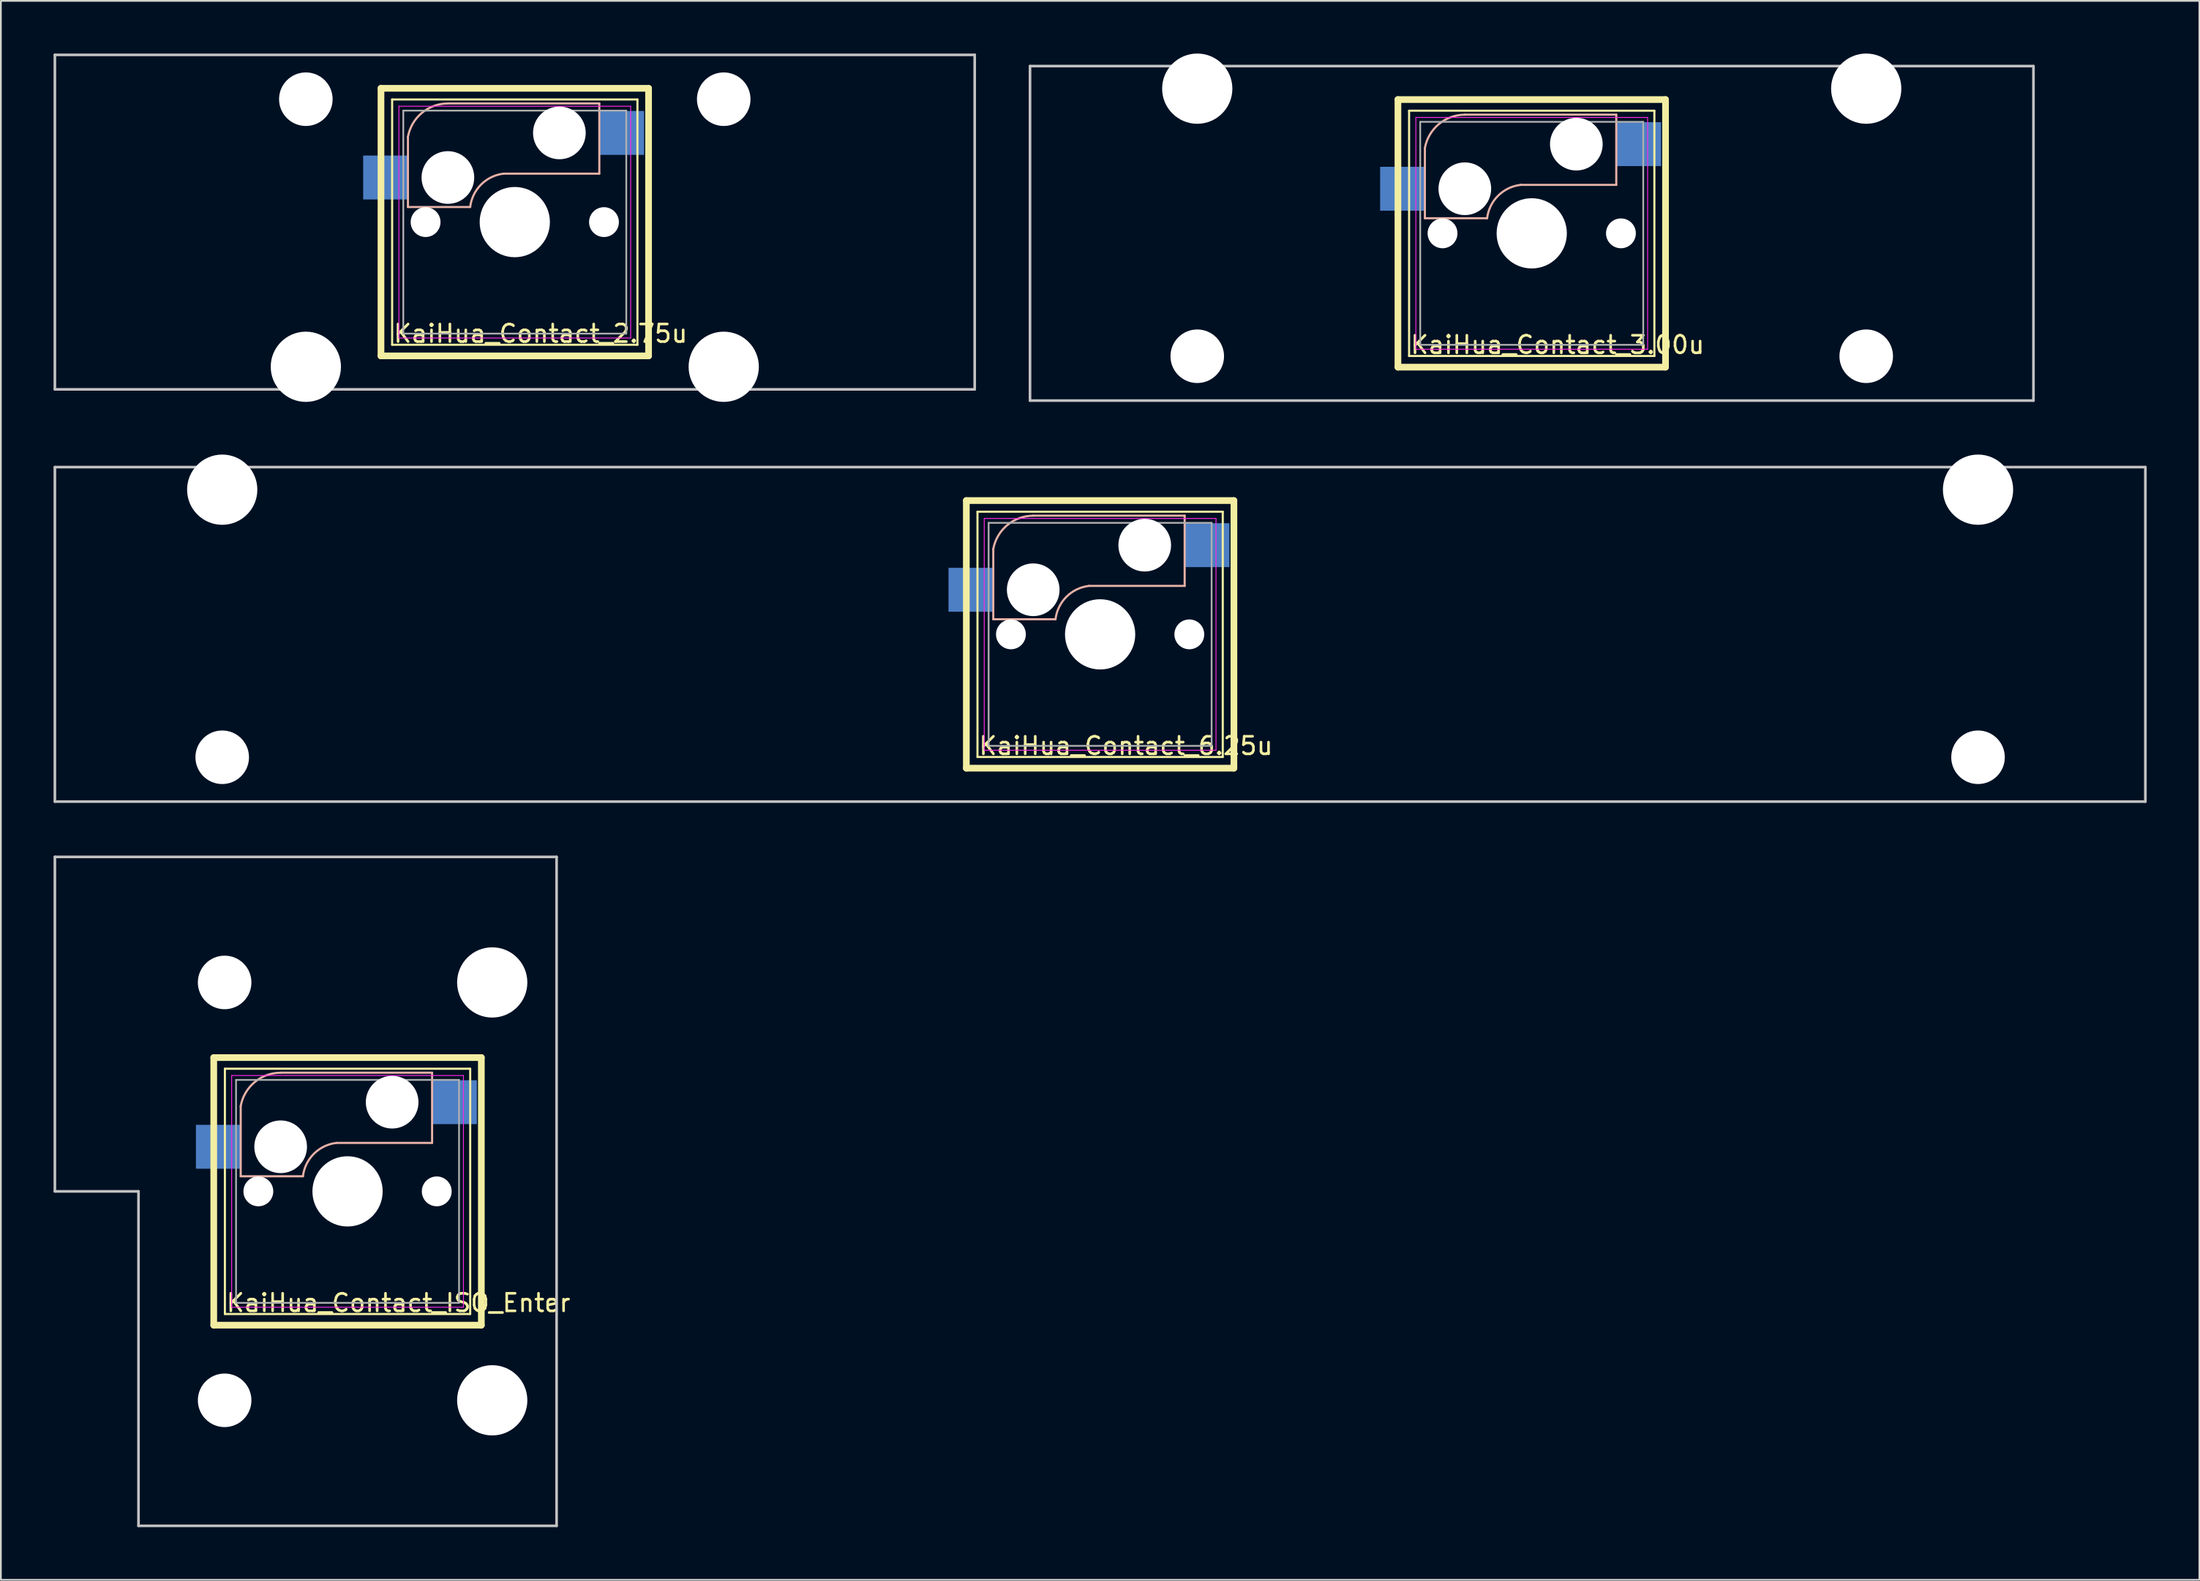
<source format=kicad_pcb>
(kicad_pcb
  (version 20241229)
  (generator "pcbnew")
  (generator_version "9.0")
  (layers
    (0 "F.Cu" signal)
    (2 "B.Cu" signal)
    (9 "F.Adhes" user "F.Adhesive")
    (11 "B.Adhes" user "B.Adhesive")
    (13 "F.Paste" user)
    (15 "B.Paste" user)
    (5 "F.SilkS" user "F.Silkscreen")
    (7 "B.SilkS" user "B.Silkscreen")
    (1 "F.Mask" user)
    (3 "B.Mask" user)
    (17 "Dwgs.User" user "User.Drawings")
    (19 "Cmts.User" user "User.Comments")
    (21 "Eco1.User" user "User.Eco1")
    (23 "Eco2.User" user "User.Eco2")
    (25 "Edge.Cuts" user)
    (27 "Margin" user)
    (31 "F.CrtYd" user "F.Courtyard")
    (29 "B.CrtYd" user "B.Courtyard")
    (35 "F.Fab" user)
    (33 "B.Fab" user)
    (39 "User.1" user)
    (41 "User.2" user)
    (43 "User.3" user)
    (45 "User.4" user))
  (footprint "KaiHua_Contact_2.75u"
    (layer "F.Cu")
    (at 26.269 9.6)
    (property "Reference" "KaiHua_Contact_2.75u" (at -6.985 6.35 0) (unlocked yes) (layer "F.SilkS") (effects (font (size 1 1) (thickness 0.15)) (justify left)))
    (attr smd)
    (fp_line (start -7.62 -7.62) (end -7.62 7.62) (stroke (width 0.381) (type solid)) (layer "F.SilkS"))
    (fp_line (start -7.62 7.62) (end 7.62 7.62) (stroke (width 0.381) (type solid)) (layer "F.SilkS"))
    (fp_line (start -6.985 -6.985) (end 6.985 -6.985) (stroke (width 0.12) (type solid)) (layer "F.SilkS"))
    (fp_line (start -6.985 6.985) (end -6.985 -6.985) (stroke (width 0.12) (type solid)) (layer "F.SilkS"))
    (fp_line (start 6.985 -6.985) (end 6.985 6.985) (stroke (width 0.12) (type solid)) (layer "F.SilkS"))
    (fp_line (start 6.985 6.985) (end -6.985 6.985) (stroke (width 0.12) (type solid)) (layer "F.SilkS"))
    (fp_line (start 7.62 -7.62) (end -7.62 -7.62) (stroke (width 0.381) (type solid)) (layer "F.SilkS"))
    (fp_line (start 7.62 7.62) (end 7.62 -7.62) (stroke (width 0.381) (type solid)) (layer "F.SilkS"))
    (fp_line (start -6.085 -0.86) (end -6.085 -4.86) (stroke (width 0.12) (type solid)) (layer "B.SilkS"))
    (fp_line (start -6.085 -0.86) (end -2.54 -0.86) (stroke (width 0.12) (type solid)) (layer "B.SilkS"))
    (fp_line (start 4.815 -6.76) (end -3.81 -6.76) (stroke (width 0.12) (type solid)) (layer "B.SilkS"))
    (fp_line (start 4.815 -6.76) (end 4.815 -2.76) (stroke (width 0.12) (type solid)) (layer "B.SilkS"))
    (fp_line (start 4.815 -2.76) (end -0.635 -2.76) (stroke (width 0.12) (type solid)) (layer "B.SilkS"))
    (fp_arc (start -6.084999 -4.86) (mid -5.29124 -6.220888) (end -3.81 -6.757541) (stroke (width 0.12) (type solid)) (layer "B.SilkS"))
    (fp_arc (start -2.54 -0.86) (mid -1.917761 -2.14113) (end -0.635 -2.76) (stroke (width 0.12) (type solid)) (layer "B.SilkS"))
    (fp_line (start -26.194 -9.525) (end 26.194 -9.525) (stroke (width 0.15) (type solid)) (layer "Dwgs.User"))
    (fp_line (start -26.194 9.525) (end -26.194 -9.525) (stroke (width 0.15) (type solid)) (layer "Dwgs.User"))
    (fp_line (start 26.194 -9.525) (end 26.194 9.525) (stroke (width 0.15) (type solid)) (layer "Dwgs.User"))
    (fp_line (start 26.194 9.525) (end -26.194 9.525) (stroke (width 0.15) (type solid)) (layer "Dwgs.User"))
    (fp_line (start -6.6 -6.6) (end 6.6 -6.6) (stroke (width 0.05) (type solid)) (layer "F.CrtYd"))
    (fp_line (start -6.6 6.6) (end -6.6 -6.6) (stroke (width 0.05) (type solid)) (layer "F.CrtYd"))
    (fp_line (start 6.6 -6.6) (end 6.6 6.6) (stroke (width 0.05) (type solid)) (layer "F.CrtYd"))
    (fp_line (start 6.6 6.6) (end -6.6 6.6) (stroke (width 0.05) (type solid)) (layer "F.CrtYd"))
    (fp_line (start -6.35 -6.35) (end 6.35 -6.35) (stroke (width 0.1) (type solid)) (layer "F.Fab"))
    (fp_line (start -6.35 6.35) (end -6.35 -6.35) (stroke (width 0.1) (type solid)) (layer "F.Fab"))
    (fp_line (start 6.35 -6.35) (end 6.35 6.35) (stroke (width 0.1) (type solid)) (layer "F.Fab"))
    (fp_line (start 6.35 6.35) (end -6.35 6.35) (stroke (width 0.1) (type solid)) (layer "F.Fab"))
    (pad "" np_thru_hole circle (at -11.9 -7) (size 3.05 3.05) (drill 3.05) (layers "*.Cu" "*.Mask"))
    (pad "" np_thru_hole circle (at -11.9 8.24) (size 4 4) (drill 4) (layers "*.Cu" "*.Mask"))
    (pad "" np_thru_hole circle (at -5.08 0 180) (size 1.699 1.699) (drill 1.699) (layers "*.Cu" "*.Mask"))
    (pad "" np_thru_hole circle (at -3.81 -2.54 180) (size 3 3) (drill 3) (layers "*.Cu" "*.Mask"))
    (pad "" np_thru_hole circle (at 0 0) (size 4 4) (drill 4) (layers "*.Cu" "*.Mask"))
    (pad "" np_thru_hole circle (at 2.54 -5.08) (size 3 3) (drill 3) (layers "*.Cu" "*.Mask"))
    (pad "" np_thru_hole circle (at 5.08 0 180) (size 1.699 1.699) (drill 1.699) (layers "*.Cu" "*.Mask"))
    (pad "" np_thru_hole circle (at 11.9 -7) (size 3.05 3.05) (drill 3.05) (layers "*.Cu" "*.Mask"))
    (pad "" np_thru_hole circle (at 11.9 8.24) (size 4 4) (drill 4) (layers "*.Cu" "*.Mask"))
    (pad "1" smd rect (at 6.09 -5.08) (size 2.55 2.5) (layers "B.Cu" "B.Mask" "B.Paste"))
    (pad "2" smd rect (at -7.36 -2.54 180) (size 2.55 2.5) (layers "B.Cu" "B.Mask" "B.Paste")))
  (footprint "KaiHua_Contact_3.00u"
    (layer "F.Cu")
    (at 84.188 10.24)
    (property "Reference" "KaiHua_Contact_3.00u" (at -6.985 6.35 0) (unlocked yes) (layer "F.SilkS") (effects (font (size 1 1) (thickness 0.15)) (justify left)))
    (attr smd)
    (fp_line (start -7.62 -7.62) (end -7.62 7.62) (stroke (width 0.381) (type solid)) (layer "F.SilkS"))
    (fp_line (start -7.62 7.62) (end 7.62 7.62) (stroke (width 0.381) (type solid)) (layer "F.SilkS"))
    (fp_line (start -6.985 -6.985) (end 6.985 -6.985) (stroke (width 0.12) (type solid)) (layer "F.SilkS"))
    (fp_line (start -6.985 6.985) (end -6.985 -6.985) (stroke (width 0.12) (type solid)) (layer "F.SilkS"))
    (fp_line (start 6.985 -6.985) (end 6.985 6.985) (stroke (width 0.12) (type solid)) (layer "F.SilkS"))
    (fp_line (start 6.985 6.985) (end -6.985 6.985) (stroke (width 0.12) (type solid)) (layer "F.SilkS"))
    (fp_line (start 7.62 -7.62) (end -7.62 -7.62) (stroke (width 0.381) (type solid)) (layer "F.SilkS"))
    (fp_line (start 7.62 7.62) (end 7.62 -7.62) (stroke (width 0.381) (type solid)) (layer "F.SilkS"))
    (fp_line (start -6.085 -0.86) (end -6.085 -4.86) (stroke (width 0.12) (type solid)) (layer "B.SilkS"))
    (fp_line (start -6.085 -0.86) (end -2.54 -0.86) (stroke (width 0.12) (type solid)) (layer "B.SilkS"))
    (fp_line (start 4.815 -6.76) (end -3.81 -6.76) (stroke (width 0.12) (type solid)) (layer "B.SilkS"))
    (fp_line (start 4.815 -6.76) (end 4.815 -2.76) (stroke (width 0.12) (type solid)) (layer "B.SilkS"))
    (fp_line (start 4.815 -2.76) (end -0.635 -2.76) (stroke (width 0.12) (type solid)) (layer "B.SilkS"))
    (fp_arc (start -6.084999 -4.86) (mid -5.29124 -6.220888) (end -3.81 -6.757541) (stroke (width 0.12) (type solid)) (layer "B.SilkS"))
    (fp_arc (start -2.54 -0.86) (mid -1.917761 -2.14113) (end -0.635 -2.76) (stroke (width 0.12) (type solid)) (layer "B.SilkS"))
    (fp_line (start -28.575 -9.525) (end 28.575 -9.525) (stroke (width 0.15) (type solid)) (layer "Dwgs.User"))
    (fp_line (start -28.575 9.525) (end -28.575 -9.525) (stroke (width 0.15) (type solid)) (layer "Dwgs.User"))
    (fp_line (start 28.575 -9.525) (end 28.575 9.525) (stroke (width 0.15) (type solid)) (layer "Dwgs.User"))
    (fp_line (start 28.575 9.525) (end -28.575 9.525) (stroke (width 0.15) (type solid)) (layer "Dwgs.User"))
    (fp_line (start -6.6 -6.6) (end 6.6 -6.6) (stroke (width 0.05) (type solid)) (layer "F.CrtYd"))
    (fp_line (start -6.6 6.6) (end -6.6 -6.6) (stroke (width 0.05) (type solid)) (layer "F.CrtYd"))
    (fp_line (start 6.6 -6.6) (end 6.6 6.6) (stroke (width 0.05) (type solid)) (layer "F.CrtYd"))
    (fp_line (start 6.6 6.6) (end -6.6 6.6) (stroke (width 0.05) (type solid)) (layer "F.CrtYd"))
    (fp_line (start -6.35 -6.35) (end 6.35 -6.35) (stroke (width 0.1) (type solid)) (layer "F.Fab"))
    (fp_line (start -6.35 6.35) (end -6.35 -6.35) (stroke (width 0.1) (type solid)) (layer "F.Fab"))
    (fp_line (start 6.35 -6.35) (end 6.35 6.35) (stroke (width 0.1) (type solid)) (layer "F.Fab"))
    (fp_line (start 6.35 6.35) (end -6.35 6.35) (stroke (width 0.1) (type solid)) (layer "F.Fab"))
    (pad "" np_thru_hole circle (at -19.05 -8.24 180) (size 4 4) (drill 4) (layers "*.Cu" "*.Mask"))
    (pad "" np_thru_hole circle (at -19.05 7 180) (size 3.05 3.05) (drill 3.05) (layers "*.Cu" "*.Mask"))
    (pad "" np_thru_hole circle (at -5.08 0 180) (size 1.699 1.699) (drill 1.699) (layers "*.Cu" "*.Mask"))
    (pad "" np_thru_hole circle (at -3.81 -2.54 180) (size 3 3) (drill 3) (layers "*.Cu" "*.Mask"))
    (pad "" np_thru_hole circle (at 0 0) (size 4 4) (drill 4) (layers "*.Cu" "*.Mask"))
    (pad "" np_thru_hole circle (at 2.54 -5.08) (size 3 3) (drill 3) (layers "*.Cu" "*.Mask"))
    (pad "" np_thru_hole circle (at 5.08 0 180) (size 1.699 1.699) (drill 1.699) (layers "*.Cu" "*.Mask"))
    (pad "" np_thru_hole circle (at 19.05 -8.24 180) (size 4 4) (drill 4) (layers "*.Cu" "*.Mask"))
    (pad "" np_thru_hole circle (at 19.05 7 180) (size 3.05 3.05) (drill 3.05) (layers "*.Cu" "*.Mask"))
    (pad "1" smd rect (at 6.09 -5.08) (size 2.55 2.5) (layers "B.Cu" "B.Mask" "B.Paste"))
    (pad "2" smd rect (at -7.36 -2.54 180) (size 2.55 2.5) (layers "B.Cu" "B.Mask" "B.Paste")))
  (footprint "KaiHua_Contact_6.25u"
    (layer "F.Cu")
    (at 59.606 33.08)
    (property "Reference" "KaiHua_Contact_6.25u" (at -6.985 6.35 0) (unlocked yes) (layer "F.SilkS") (effects (font (size 1 1) (thickness 0.15)) (justify left)))
    (attr smd)
    (fp_line (start -7.62 -7.62) (end -7.62 7.62) (stroke (width 0.381) (type solid)) (layer "F.SilkS"))
    (fp_line (start -7.62 7.62) (end 7.62 7.62) (stroke (width 0.381) (type solid)) (layer "F.SilkS"))
    (fp_line (start -6.985 -6.985) (end 6.985 -6.985) (stroke (width 0.12) (type solid)) (layer "F.SilkS"))
    (fp_line (start -6.985 6.985) (end -6.985 -6.985) (stroke (width 0.12) (type solid)) (layer "F.SilkS"))
    (fp_line (start 6.985 -6.985) (end 6.985 6.985) (stroke (width 0.12) (type solid)) (layer "F.SilkS"))
    (fp_line (start 6.985 6.985) (end -6.985 6.985) (stroke (width 0.12) (type solid)) (layer "F.SilkS"))
    (fp_line (start 7.62 -7.62) (end -7.62 -7.62) (stroke (width 0.381) (type solid)) (layer "F.SilkS"))
    (fp_line (start 7.62 7.62) (end 7.62 -7.62) (stroke (width 0.381) (type solid)) (layer "F.SilkS"))
    (fp_line (start -6.085 -0.86) (end -6.085 -4.86) (stroke (width 0.12) (type solid)) (layer "B.SilkS"))
    (fp_line (start -6.085 -0.86) (end -2.54 -0.86) (stroke (width 0.12) (type solid)) (layer "B.SilkS"))
    (fp_line (start 4.815 -6.76) (end -3.81 -6.76) (stroke (width 0.12) (type solid)) (layer "B.SilkS"))
    (fp_line (start 4.815 -6.76) (end 4.815 -2.76) (stroke (width 0.12) (type solid)) (layer "B.SilkS"))
    (fp_line (start 4.815 -2.76) (end -0.635 -2.76) (stroke (width 0.12) (type solid)) (layer "B.SilkS"))
    (fp_arc (start -6.084999 -4.86) (mid -5.29124 -6.220888) (end -3.81 -6.757541) (stroke (width 0.12) (type solid)) (layer "B.SilkS"))
    (fp_arc (start -2.54 -0.86) (mid -1.917761 -2.14113) (end -0.635 -2.76) (stroke (width 0.12) (type solid)) (layer "B.SilkS"))
    (fp_line (start -59.531 -9.525) (end 59.531 -9.525) (stroke (width 0.15) (type solid)) (layer "Dwgs.User"))
    (fp_line (start -59.531 9.525) (end -59.531 -9.525) (stroke (width 0.15) (type solid)) (layer "Dwgs.User"))
    (fp_line (start 59.531 -9.525) (end 59.531 9.525) (stroke (width 0.15) (type solid)) (layer "Dwgs.User"))
    (fp_line (start 59.531 9.525) (end -59.531 9.525) (stroke (width 0.15) (type solid)) (layer "Dwgs.User"))
    (fp_line (start -6.6 -6.6) (end 6.6 -6.6) (stroke (width 0.05) (type solid)) (layer "F.CrtYd"))
    (fp_line (start -6.6 6.6) (end -6.6 -6.6) (stroke (width 0.05) (type solid)) (layer "F.CrtYd"))
    (fp_line (start 6.6 -6.6) (end 6.6 6.6) (stroke (width 0.05) (type solid)) (layer "F.CrtYd"))
    (fp_line (start 6.6 6.6) (end -6.6 6.6) (stroke (width 0.05) (type solid)) (layer "F.CrtYd"))
    (fp_line (start -6.35 -6.35) (end 6.35 -6.35) (stroke (width 0.1) (type solid)) (layer "F.Fab"))
    (fp_line (start -6.35 6.35) (end -6.35 -6.35) (stroke (width 0.1) (type solid)) (layer "F.Fab"))
    (fp_line (start 6.35 -6.35) (end 6.35 6.35) (stroke (width 0.1) (type solid)) (layer "F.Fab"))
    (fp_line (start 6.35 6.35) (end -6.35 6.35) (stroke (width 0.1) (type solid)) (layer "F.Fab"))
    (pad "" np_thru_hole circle (at -50 -8.24 180) (size 4 4) (drill 4) (layers "*.Cu" "*.Mask"))
    (pad "" np_thru_hole circle (at -50 7 180) (size 3.05 3.05) (drill 3.05) (layers "*.Cu" "*.Mask"))
    (pad "" np_thru_hole circle (at -5.08 0 180) (size 1.699 1.699) (drill 1.699) (layers "*.Cu" "*.Mask"))
    (pad "" np_thru_hole circle (at -3.81 -2.54 180) (size 3 3) (drill 3) (layers "*.Cu" "*.Mask"))
    (pad "" np_thru_hole circle (at 0 0) (size 4 4) (drill 4) (layers "*.Cu" "*.Mask"))
    (pad "" np_thru_hole circle (at 2.54 -5.08) (size 3 3) (drill 3) (layers "*.Cu" "*.Mask"))
    (pad "" np_thru_hole circle (at 5.08 0 180) (size 1.699 1.699) (drill 1.699) (layers "*.Cu" "*.Mask"))
    (pad "" np_thru_hole circle (at 50 -8.24 180) (size 4 4) (drill 4) (layers "*.Cu" "*.Mask"))
    (pad "" np_thru_hole circle (at 50 7 180) (size 3.05 3.05) (drill 3.05) (layers "*.Cu" "*.Mask"))
    (pad "1" smd rect (at 6.09 -5.08) (size 2.55 2.5) (layers "B.Cu" "B.Mask" "B.Paste"))
    (pad "2" smd rect (at -7.36 -2.54 180) (size 2.55 2.5) (layers "B.Cu" "B.Mask" "B.Paste")))
  (footprint "KaiHua_Contact_ISO_Enter"
    (layer "F.Cu")
    (at 16.744 64.805)
    (property "Reference" "KaiHua_Contact_ISO_Enter" (at -6.985 6.35 0) (unlocked yes) (layer "F.SilkS") (effects (font (size 1 1) (thickness 0.15)) (justify left)))
    (attr smd)
    (fp_line (start -7.62 -7.62) (end -7.62 7.62) (stroke (width 0.381) (type solid)) (layer "F.SilkS"))
    (fp_line (start -7.62 7.62) (end 7.62 7.62) (stroke (width 0.381) (type solid)) (layer "F.SilkS"))
    (fp_line (start -6.985 -6.985) (end 6.985 -6.985) (stroke (width 0.12) (type solid)) (layer "F.SilkS"))
    (fp_line (start -6.985 6.985) (end -6.985 -6.985) (stroke (width 0.12) (type solid)) (layer "F.SilkS"))
    (fp_line (start 6.985 -6.985) (end 6.985 6.985) (stroke (width 0.12) (type solid)) (layer "F.SilkS"))
    (fp_line (start 6.985 6.985) (end -6.985 6.985) (stroke (width 0.12) (type solid)) (layer "F.SilkS"))
    (fp_line (start 7.62 -7.62) (end -7.62 -7.62) (stroke (width 0.381) (type solid)) (layer "F.SilkS"))
    (fp_line (start 7.62 7.62) (end 7.62 -7.62) (stroke (width 0.381) (type solid)) (layer "F.SilkS"))
    (fp_line (start -6.085 -0.86) (end -6.085 -4.86) (stroke (width 0.12) (type solid)) (layer "B.SilkS"))
    (fp_line (start -6.085 -0.86) (end -2.54 -0.86) (stroke (width 0.12) (type solid)) (layer "B.SilkS"))
    (fp_line (start 4.815 -6.76) (end -3.81 -6.76) (stroke (width 0.12) (type solid)) (layer "B.SilkS"))
    (fp_line (start 4.815 -6.76) (end 4.815 -2.76) (stroke (width 0.12) (type solid)) (layer "B.SilkS"))
    (fp_line (start 4.815 -2.76) (end -0.635 -2.76) (stroke (width 0.12) (type solid)) (layer "B.SilkS"))
    (fp_arc (start -6.084999 -4.86) (mid -5.29124 -6.220888) (end -3.81 -6.757541) (stroke (width 0.12) (type solid)) (layer "B.SilkS"))
    (fp_arc (start -2.54 -0.86) (mid -1.917761 -2.14113) (end -0.635 -2.76) (stroke (width 0.12) (type solid)) (layer "B.SilkS"))
    (fp_line (start -16.669 -19.05) (end 11.906 -19.05) (stroke (width 0.15) (type solid)) (layer "Dwgs.User"))
    (fp_line (start -16.669 0) (end -16.669 -19.05) (stroke (width 0.15) (type solid)) (layer "Dwgs.User"))
    (fp_line (start -11.906 0) (end -16.669 0) (stroke (width 0.15) (type solid)) (layer "Dwgs.User"))
    (fp_line (start -11.906 19.05) (end -11.906 0) (stroke (width 0.15) (type solid)) (layer "Dwgs.User"))
    (fp_line (start 11.906 -19.05) (end 11.906 19.05) (stroke (width 0.15) (type solid)) (layer "Dwgs.User"))
    (fp_line (start 11.906 19.05) (end -11.906 19.05) (stroke (width 0.15) (type solid)) (layer "Dwgs.User"))
    (fp_line (start -6.6 -6.6) (end 6.6 -6.6) (stroke (width 0.05) (type solid)) (layer "F.CrtYd"))
    (fp_line (start -6.6 6.6) (end -6.6 -6.6) (stroke (width 0.05) (type solid)) (layer "F.CrtYd"))
    (fp_line (start 6.6 -6.6) (end 6.6 6.6) (stroke (width 0.05) (type solid)) (layer "F.CrtYd"))
    (fp_line (start 6.6 6.6) (end -6.6 6.6) (stroke (width 0.05) (type solid)) (layer "F.CrtYd"))
    (fp_line (start -6.35 -6.35) (end 6.35 -6.35) (stroke (width 0.1) (type solid)) (layer "F.Fab"))
    (fp_line (start -6.35 6.35) (end -6.35 -6.35) (stroke (width 0.1) (type solid)) (layer "F.Fab"))
    (fp_line (start 6.35 -6.35) (end 6.35 6.35) (stroke (width 0.1) (type solid)) (layer "F.Fab"))
    (fp_line (start 6.35 6.35) (end -6.35 6.35) (stroke (width 0.1) (type solid)) (layer "F.Fab"))
    (pad "" np_thru_hole circle (at -7 -11.9) (size 3.05 3.05) (drill 3.05) (layers "*.Cu" "*.Mask"))
    (pad "" np_thru_hole circle (at -7 11.9) (size 3.05 3.05) (drill 3.05) (layers "*.Cu" "*.Mask"))
    (pad "" np_thru_hole circle (at -5.08 0 180) (size 1.699 1.699) (drill 1.699) (layers "*.Cu" "*.Mask"))
    (pad "" np_thru_hole circle (at -3.81 -2.54 180) (size 3 3) (drill 3) (layers "*.Cu" "*.Mask"))
    (pad "" np_thru_hole circle (at 0 0) (size 4 4) (drill 4) (layers "*.Cu" "*.Mask"))
    (pad "" np_thru_hole circle (at 2.54 -5.08) (size 3 3) (drill 3) (layers "*.Cu" "*.Mask"))
    (pad "" np_thru_hole circle (at 5.08 0 180) (size 1.699 1.699) (drill 1.699) (layers "*.Cu" "*.Mask"))
    (pad "" np_thru_hole circle (at 8.24 -11.9) (size 4 4) (drill 4) (layers "*.Cu" "*.Mask"))
    (pad "" np_thru_hole circle (at 8.24 11.9) (size 4 4) (drill 4) (layers "*.Cu" "*.Mask"))
    (pad "1" smd rect (at 6.09 -5.08) (size 2.55 2.5) (layers "B.Cu" "B.Mask" "B.Paste"))
    (pad "2" smd rect (at -7.36 -2.54 180) (size 2.55 2.5) (layers "B.Cu" "B.Mask" "B.Paste")))
  (gr_rect
    (start -3 -3)
    (end 122.213 86.93)
    (stroke (width 0.1) (type default))
    (fill no)
    (layer "Edge.Cuts")))
</source>
